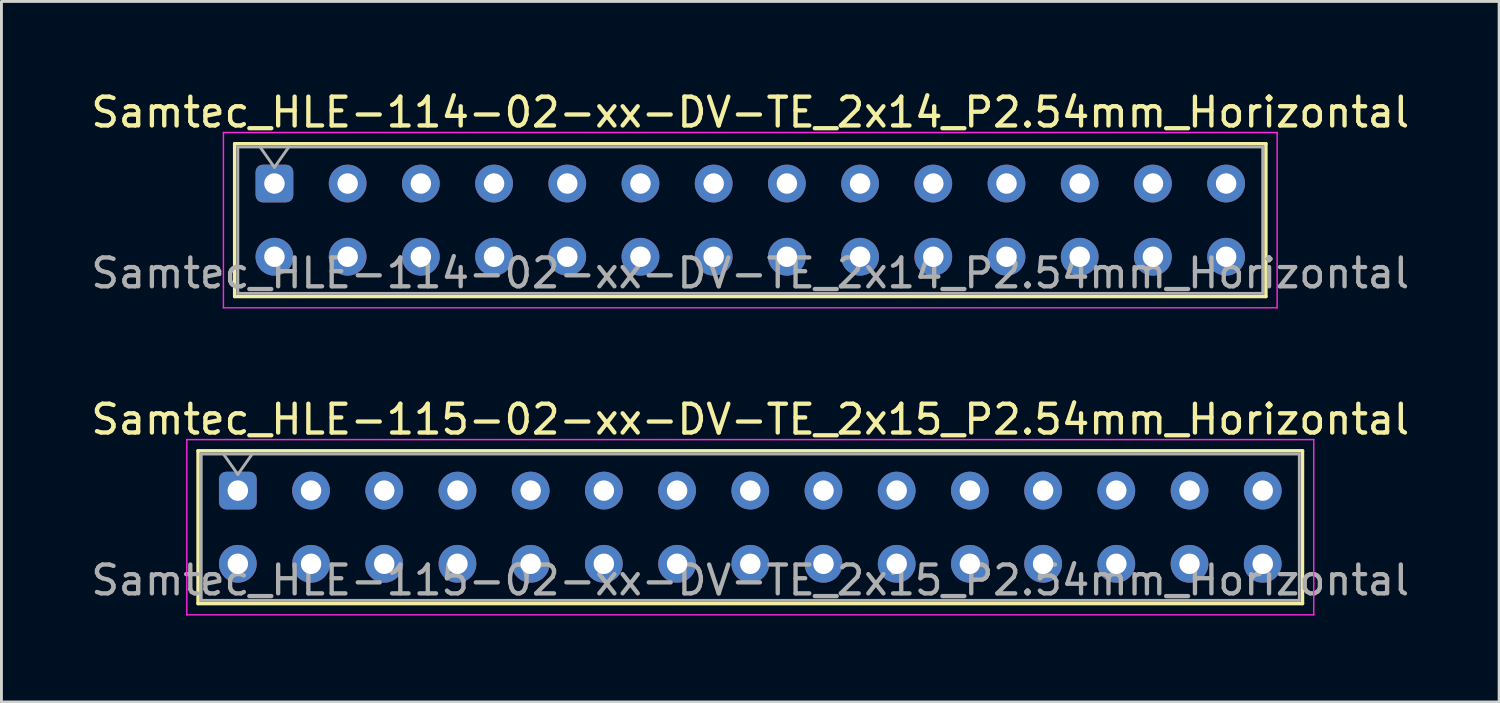
<source format=kicad_pcb>
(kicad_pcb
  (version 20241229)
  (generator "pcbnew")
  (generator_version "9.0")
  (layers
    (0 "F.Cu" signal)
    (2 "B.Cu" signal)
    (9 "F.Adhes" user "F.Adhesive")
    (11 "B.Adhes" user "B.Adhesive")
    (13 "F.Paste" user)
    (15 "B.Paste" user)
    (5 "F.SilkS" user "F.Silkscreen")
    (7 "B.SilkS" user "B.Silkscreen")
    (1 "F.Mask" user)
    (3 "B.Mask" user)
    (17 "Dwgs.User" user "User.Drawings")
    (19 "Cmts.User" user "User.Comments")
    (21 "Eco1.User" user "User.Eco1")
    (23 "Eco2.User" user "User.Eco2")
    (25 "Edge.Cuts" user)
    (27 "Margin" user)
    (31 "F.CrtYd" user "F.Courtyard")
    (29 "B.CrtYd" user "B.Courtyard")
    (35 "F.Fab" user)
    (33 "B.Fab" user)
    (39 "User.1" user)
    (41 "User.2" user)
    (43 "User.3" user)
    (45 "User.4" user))
  (footprint "Samtec_HLE-114-02-xx-DV-TE_2x14_P2.54mm_Horizontal"
    (layer "F.Cu")
    (at 6.472 3.318)
    (property "Reference" "Samtec_HLE-114-02-xx-DV-TE_2x14_P2.54mm_Horizontal" (at 16.51 -2.47 0) (layer "F.SilkS") (effects (font (size 1 1) (thickness 0.15))))
    (attr through_hole)
    (fp_line (start -1.38 -1.38) (end 34.4 -1.38) (stroke (width 0.12) (type solid)) (layer "F.SilkS"))
    (fp_line (start -1.38 3.92) (end -1.38 -1.38) (stroke (width 0.12) (type solid)) (layer "F.SilkS"))
    (fp_line (start 34.4 -1.38) (end 34.4 3.92) (stroke (width 0.12) (type solid)) (layer "F.SilkS"))
    (fp_line (start 34.4 3.92) (end -1.38 3.92) (stroke (width 0.12) (type solid)) (layer "F.SilkS"))
    (fp_line (start -1.77 -1.77) (end 34.79 -1.77) (stroke (width 0.05) (type solid)) (layer "F.CrtYd"))
    (fp_line (start -1.77 4.31) (end -1.77 -1.77) (stroke (width 0.05) (type solid)) (layer "F.CrtYd"))
    (fp_line (start 34.79 -1.77) (end 34.79 4.31) (stroke (width 0.05) (type solid)) (layer "F.CrtYd"))
    (fp_line (start 34.79 4.31) (end -1.77 4.31) (stroke (width 0.05) (type solid)) (layer "F.CrtYd"))
    (fp_line (start -1.27 -1.27) (end 34.29 -1.27) (stroke (width 0.1) (type solid)) (layer "F.Fab"))
    (fp_line (start -1.27 3.81) (end -1.27 -1.27) (stroke (width 0.1) (type solid)) (layer "F.Fab"))
    (fp_line (start -0.5 -1.27) (end 0 -0.563) (stroke (width 0.1) (type solid)) (layer "F.Fab"))
    (fp_line (start 0 -0.563) (end 0.5 -1.27) (stroke (width 0.1) (type solid)) (layer "F.Fab"))
    (fp_line (start 34.29 -1.27) (end 34.29 3.81) (stroke (width 0.1) (type solid)) (layer "F.Fab"))
    (fp_line (start 34.29 3.81) (end -1.27 3.81) (stroke (width 0.1) (type solid)) (layer "F.Fab"))
    (fp_text user "${REFERENCE}" (at 16.51 3.11 0) (layer "F.Fab") (effects (font (size 1 1) (thickness 0.15))))
    (pad "1" thru_hole roundrect (at 0 0) (size 1.31 1.31) (drill 0.71) (layers "*.Cu" "*.Mask") (roundrect_rratio 0.191))
    (pad "2" thru_hole circle (at 0 2.54) (size 1.31 1.31) (drill 0.71) (layers "*.Cu" "*.Mask"))
    (pad "3" thru_hole circle (at 2.54 0) (size 1.31 1.31) (drill 0.71) (layers "*.Cu" "*.Mask"))
    (pad "4" thru_hole circle (at 2.54 2.54) (size 1.31 1.31) (drill 0.71) (layers "*.Cu" "*.Mask"))
    (pad "5" thru_hole circle (at 5.08 0) (size 1.31 1.31) (drill 0.71) (layers "*.Cu" "*.Mask"))
    (pad "6" thru_hole circle (at 5.08 2.54) (size 1.31 1.31) (drill 0.71) (layers "*.Cu" "*.Mask"))
    (pad "7" thru_hole circle (at 7.62 0) (size 1.31 1.31) (drill 0.71) (layers "*.Cu" "*.Mask"))
    (pad "8" thru_hole circle (at 7.62 2.54) (size 1.31 1.31) (drill 0.71) (layers "*.Cu" "*.Mask"))
    (pad "9" thru_hole circle (at 10.16 0) (size 1.31 1.31) (drill 0.71) (layers "*.Cu" "*.Mask"))
    (pad "10" thru_hole circle (at 10.16 2.54) (size 1.31 1.31) (drill 0.71) (layers "*.Cu" "*.Mask"))
    (pad "11" thru_hole circle (at 12.7 0) (size 1.31 1.31) (drill 0.71) (layers "*.Cu" "*.Mask"))
    (pad "12" thru_hole circle (at 12.7 2.54) (size 1.31 1.31) (drill 0.71) (layers "*.Cu" "*.Mask"))
    (pad "13" thru_hole circle (at 15.24 0) (size 1.31 1.31) (drill 0.71) (layers "*.Cu" "*.Mask"))
    (pad "14" thru_hole circle (at 15.24 2.54) (size 1.31 1.31) (drill 0.71) (layers "*.Cu" "*.Mask"))
    (pad "15" thru_hole circle (at 17.78 0) (size 1.31 1.31) (drill 0.71) (layers "*.Cu" "*.Mask"))
    (pad "16" thru_hole circle (at 17.78 2.54) (size 1.31 1.31) (drill 0.71) (layers "*.Cu" "*.Mask"))
    (pad "17" thru_hole circle (at 20.32 0) (size 1.31 1.31) (drill 0.71) (layers "*.Cu" "*.Mask"))
    (pad "18" thru_hole circle (at 20.32 2.54) (size 1.31 1.31) (drill 0.71) (layers "*.Cu" "*.Mask"))
    (pad "19" thru_hole circle (at 22.86 0) (size 1.31 1.31) (drill 0.71) (layers "*.Cu" "*.Mask"))
    (pad "20" thru_hole circle (at 22.86 2.54) (size 1.31 1.31) (drill 0.71) (layers "*.Cu" "*.Mask"))
    (pad "21" thru_hole circle (at 25.4 0) (size 1.31 1.31) (drill 0.71) (layers "*.Cu" "*.Mask"))
    (pad "22" thru_hole circle (at 25.4 2.54) (size 1.31 1.31) (drill 0.71) (layers "*.Cu" "*.Mask"))
    (pad "23" thru_hole circle (at 27.94 0) (size 1.31 1.31) (drill 0.71) (layers "*.Cu" "*.Mask"))
    (pad "24" thru_hole circle (at 27.94 2.54) (size 1.31 1.31) (drill 0.71) (layers "*.Cu" "*.Mask"))
    (pad "25" thru_hole circle (at 30.48 0) (size 1.31 1.31) (drill 0.71) (layers "*.Cu" "*.Mask"))
    (pad "26" thru_hole circle (at 30.48 2.54) (size 1.31 1.31) (drill 0.71) (layers "*.Cu" "*.Mask"))
    (pad "27" thru_hole circle (at 33.02 0) (size 1.31 1.31) (drill 0.71) (layers "*.Cu" "*.Mask"))
    (pad "28" thru_hole circle (at 33.02 2.54) (size 1.31 1.31) (drill 0.71) (layers "*.Cu" "*.Mask")))
  (footprint "Samtec_HLE-115-02-xx-DV-TE_2x15_P2.54mm_Horizontal"
    (layer "F.Cu")
    (at 5.202 13.972)
    (property "Reference" "Samtec_HLE-115-02-xx-DV-TE_2x15_P2.54mm_Horizontal" (at 17.78 -2.47 0) (layer "F.SilkS") (effects (font (size 1 1) (thickness 0.15))))
    (attr through_hole)
    (fp_line (start -1.38 -1.38) (end 36.94 -1.38) (stroke (width 0.12) (type solid)) (layer "F.SilkS"))
    (fp_line (start -1.38 3.92) (end -1.38 -1.38) (stroke (width 0.12) (type solid)) (layer "F.SilkS"))
    (fp_line (start 36.94 -1.38) (end 36.94 3.92) (stroke (width 0.12) (type solid)) (layer "F.SilkS"))
    (fp_line (start 36.94 3.92) (end -1.38 3.92) (stroke (width 0.12) (type solid)) (layer "F.SilkS"))
    (fp_line (start -1.77 -1.77) (end 37.33 -1.77) (stroke (width 0.05) (type solid)) (layer "F.CrtYd"))
    (fp_line (start -1.77 4.31) (end -1.77 -1.77) (stroke (width 0.05) (type solid)) (layer "F.CrtYd"))
    (fp_line (start 37.33 -1.77) (end 37.33 4.31) (stroke (width 0.05) (type solid)) (layer "F.CrtYd"))
    (fp_line (start 37.33 4.31) (end -1.77 4.31) (stroke (width 0.05) (type solid)) (layer "F.CrtYd"))
    (fp_line (start -1.27 -1.27) (end 36.83 -1.27) (stroke (width 0.1) (type solid)) (layer "F.Fab"))
    (fp_line (start -1.27 3.81) (end -1.27 -1.27) (stroke (width 0.1) (type solid)) (layer "F.Fab"))
    (fp_line (start -0.5 -1.27) (end 0 -0.563) (stroke (width 0.1) (type solid)) (layer "F.Fab"))
    (fp_line (start 0 -0.563) (end 0.5 -1.27) (stroke (width 0.1) (type solid)) (layer "F.Fab"))
    (fp_line (start 36.83 -1.27) (end 36.83 3.81) (stroke (width 0.1) (type solid)) (layer "F.Fab"))
    (fp_line (start 36.83 3.81) (end -1.27 3.81) (stroke (width 0.1) (type solid)) (layer "F.Fab"))
    (fp_text user "${REFERENCE}" (at 17.78 3.11 0) (layer "F.Fab") (effects (font (size 1 1) (thickness 0.15))))
    (pad "1" thru_hole roundrect (at 0 0) (size 1.31 1.31) (drill 0.71) (layers "*.Cu" "*.Mask") (roundrect_rratio 0.191))
    (pad "2" thru_hole circle (at 0 2.54) (size 1.31 1.31) (drill 0.71) (layers "*.Cu" "*.Mask"))
    (pad "3" thru_hole circle (at 2.54 0) (size 1.31 1.31) (drill 0.71) (layers "*.Cu" "*.Mask"))
    (pad "4" thru_hole circle (at 2.54 2.54) (size 1.31 1.31) (drill 0.71) (layers "*.Cu" "*.Mask"))
    (pad "5" thru_hole circle (at 5.08 0) (size 1.31 1.31) (drill 0.71) (layers "*.Cu" "*.Mask"))
    (pad "6" thru_hole circle (at 5.08 2.54) (size 1.31 1.31) (drill 0.71) (layers "*.Cu" "*.Mask"))
    (pad "7" thru_hole circle (at 7.62 0) (size 1.31 1.31) (drill 0.71) (layers "*.Cu" "*.Mask"))
    (pad "8" thru_hole circle (at 7.62 2.54) (size 1.31 1.31) (drill 0.71) (layers "*.Cu" "*.Mask"))
    (pad "9" thru_hole circle (at 10.16 0) (size 1.31 1.31) (drill 0.71) (layers "*.Cu" "*.Mask"))
    (pad "10" thru_hole circle (at 10.16 2.54) (size 1.31 1.31) (drill 0.71) (layers "*.Cu" "*.Mask"))
    (pad "11" thru_hole circle (at 12.7 0) (size 1.31 1.31) (drill 0.71) (layers "*.Cu" "*.Mask"))
    (pad "12" thru_hole circle (at 12.7 2.54) (size 1.31 1.31) (drill 0.71) (layers "*.Cu" "*.Mask"))
    (pad "13" thru_hole circle (at 15.24 0) (size 1.31 1.31) (drill 0.71) (layers "*.Cu" "*.Mask"))
    (pad "14" thru_hole circle (at 15.24 2.54) (size 1.31 1.31) (drill 0.71) (layers "*.Cu" "*.Mask"))
    (pad "15" thru_hole circle (at 17.78 0) (size 1.31 1.31) (drill 0.71) (layers "*.Cu" "*.Mask"))
    (pad "16" thru_hole circle (at 17.78 2.54) (size 1.31 1.31) (drill 0.71) (layers "*.Cu" "*.Mask"))
    (pad "17" thru_hole circle (at 20.32 0) (size 1.31 1.31) (drill 0.71) (layers "*.Cu" "*.Mask"))
    (pad "18" thru_hole circle (at 20.32 2.54) (size 1.31 1.31) (drill 0.71) (layers "*.Cu" "*.Mask"))
    (pad "19" thru_hole circle (at 22.86 0) (size 1.31 1.31) (drill 0.71) (layers "*.Cu" "*.Mask"))
    (pad "20" thru_hole circle (at 22.86 2.54) (size 1.31 1.31) (drill 0.71) (layers "*.Cu" "*.Mask"))
    (pad "21" thru_hole circle (at 25.4 0) (size 1.31 1.31) (drill 0.71) (layers "*.Cu" "*.Mask"))
    (pad "22" thru_hole circle (at 25.4 2.54) (size 1.31 1.31) (drill 0.71) (layers "*.Cu" "*.Mask"))
    (pad "23" thru_hole circle (at 27.94 0) (size 1.31 1.31) (drill 0.71) (layers "*.Cu" "*.Mask"))
    (pad "24" thru_hole circle (at 27.94 2.54) (size 1.31 1.31) (drill 0.71) (layers "*.Cu" "*.Mask"))
    (pad "25" thru_hole circle (at 30.48 0) (size 1.31 1.31) (drill 0.71) (layers "*.Cu" "*.Mask"))
    (pad "26" thru_hole circle (at 30.48 2.54) (size 1.31 1.31) (drill 0.71) (layers "*.Cu" "*.Mask"))
    (pad "27" thru_hole circle (at 33.02 0) (size 1.31 1.31) (drill 0.71) (layers "*.Cu" "*.Mask"))
    (pad "28" thru_hole circle (at 33.02 2.54) (size 1.31 1.31) (drill 0.71) (layers "*.Cu" "*.Mask"))
    (pad "29" thru_hole circle (at 35.56 0) (size 1.31 1.31) (drill 0.71) (layers "*.Cu" "*.Mask"))
    (pad "30" thru_hole circle (at 35.56 2.54) (size 1.31 1.31) (drill 0.71) (layers "*.Cu" "*.Mask")))
  (gr_rect
    (start -3 -3)
    (end 48.964 21.306)
    (stroke (width 0.1) (type default))
    (fill no)
    (layer "Edge.Cuts")))
</source>
